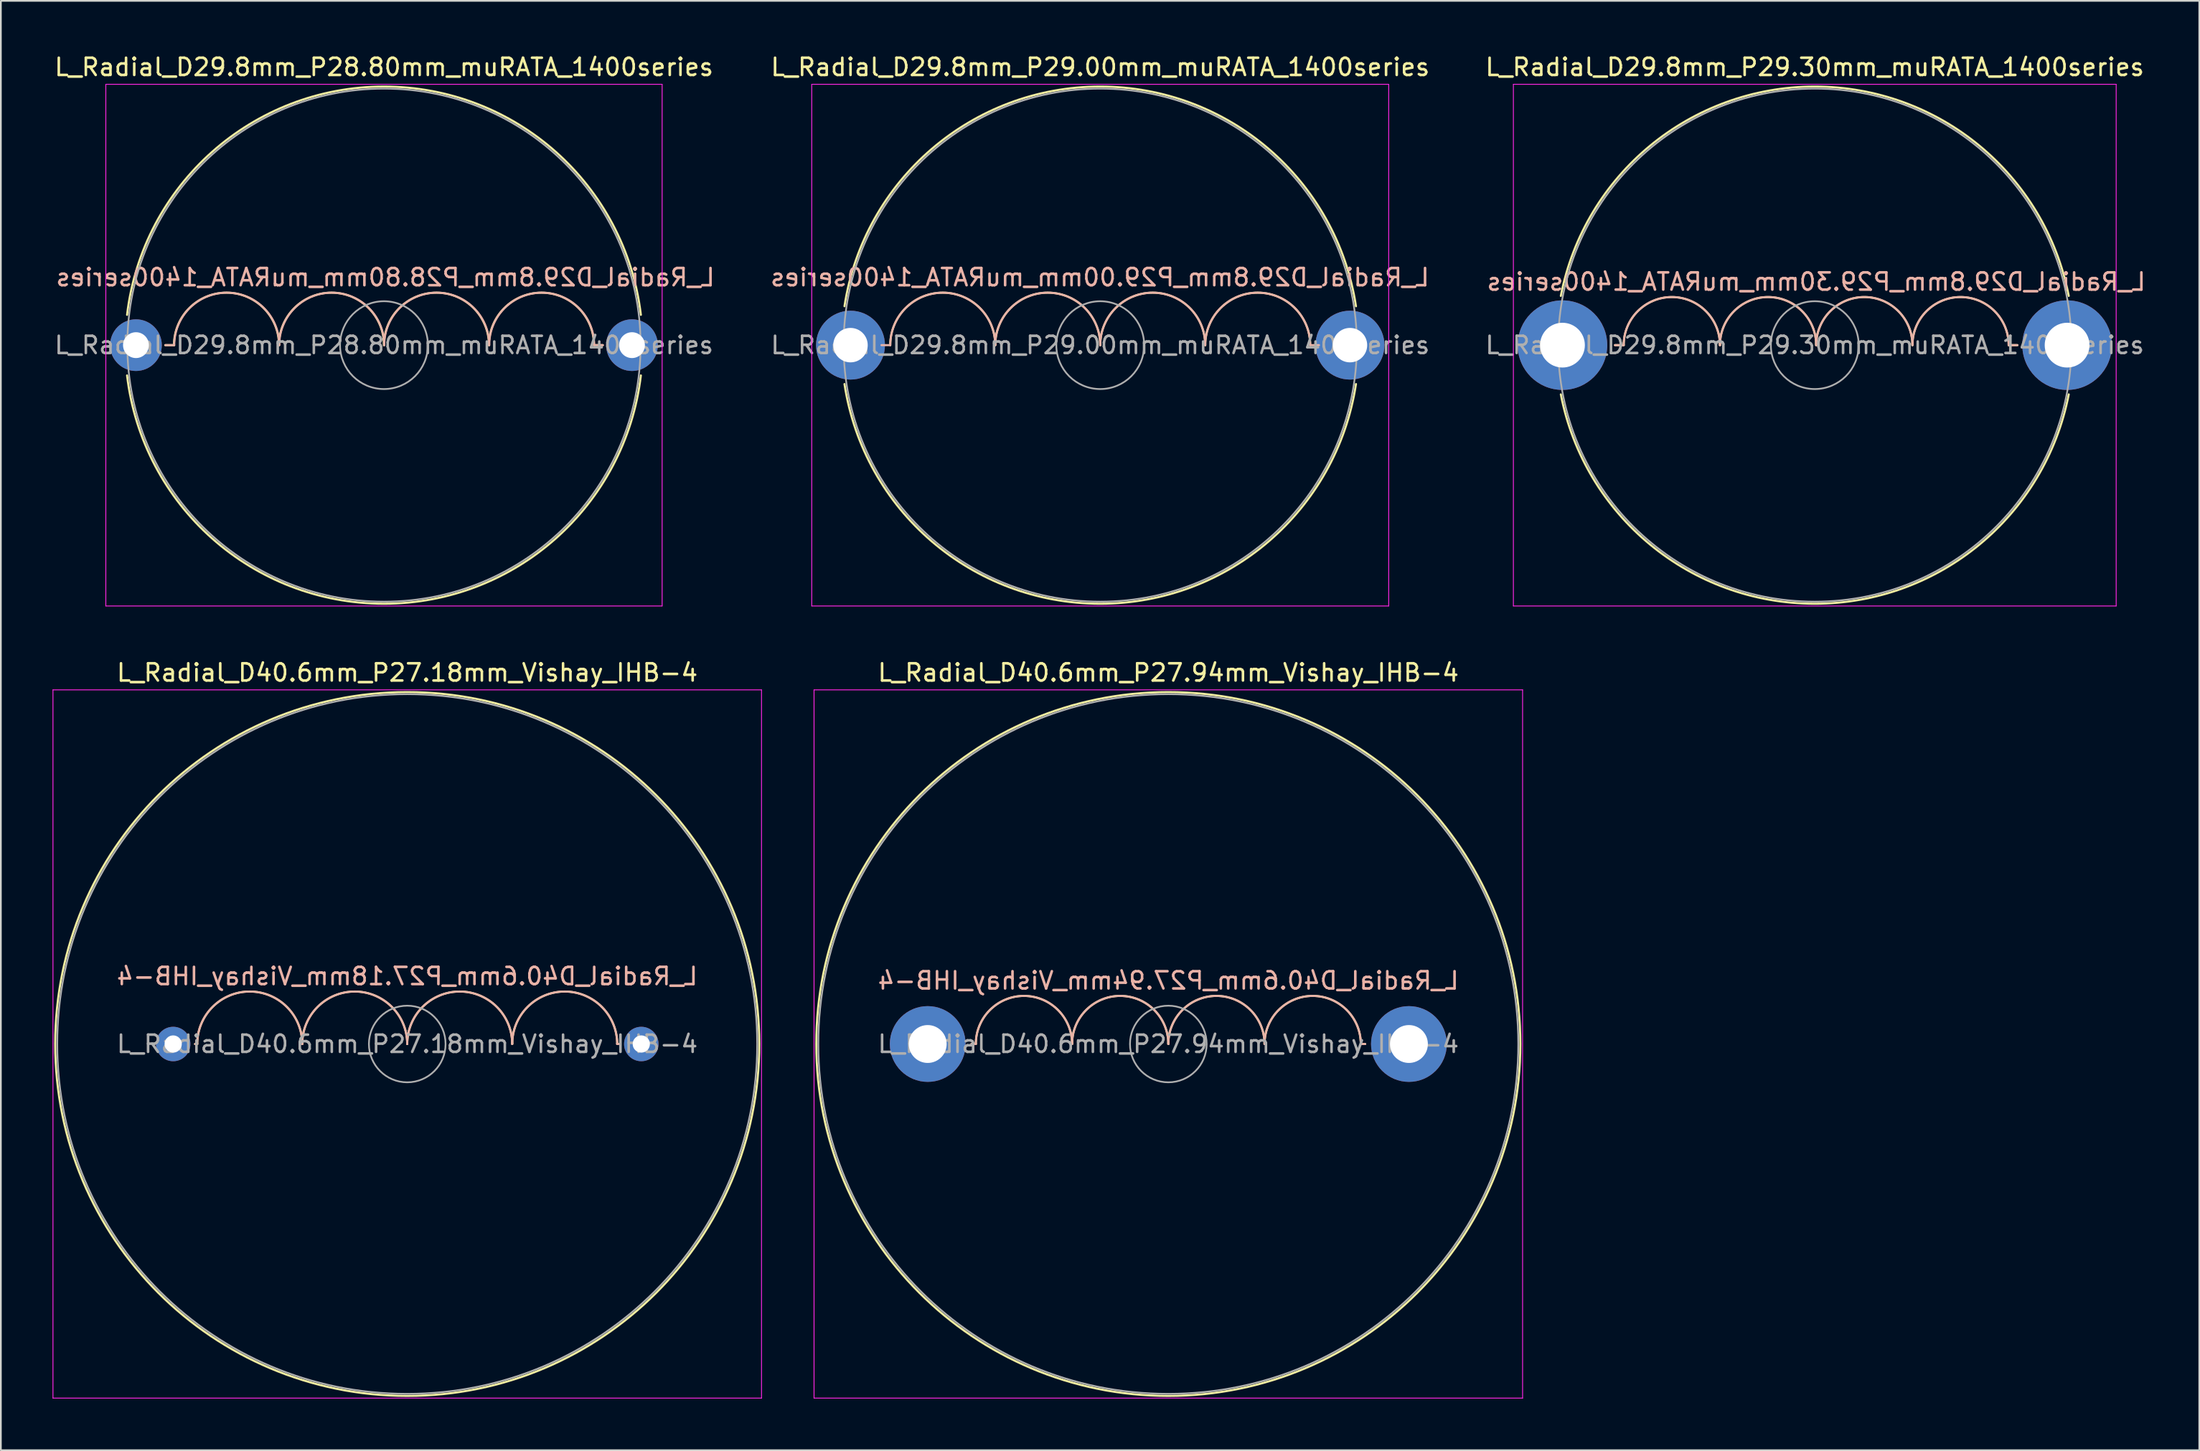
<source format=kicad_pcb>
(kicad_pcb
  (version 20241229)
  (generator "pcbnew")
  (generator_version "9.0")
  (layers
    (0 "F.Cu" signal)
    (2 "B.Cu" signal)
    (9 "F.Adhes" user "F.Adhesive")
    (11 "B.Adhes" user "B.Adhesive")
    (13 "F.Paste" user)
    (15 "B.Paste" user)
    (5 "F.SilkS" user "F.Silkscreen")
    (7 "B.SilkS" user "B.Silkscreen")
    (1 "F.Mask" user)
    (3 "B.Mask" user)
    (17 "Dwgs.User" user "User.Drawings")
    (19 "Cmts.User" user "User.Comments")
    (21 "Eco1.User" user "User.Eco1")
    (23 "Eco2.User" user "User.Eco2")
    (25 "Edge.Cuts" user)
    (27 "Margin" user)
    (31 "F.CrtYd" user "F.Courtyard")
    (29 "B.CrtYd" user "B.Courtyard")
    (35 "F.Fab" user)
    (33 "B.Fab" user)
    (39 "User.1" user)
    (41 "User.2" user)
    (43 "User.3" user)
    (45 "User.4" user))
  (footprint "L_Radial_D40.6mm_P27.94mm_Vishay_IHB-4"
    (layer "F.Cu")
    (at 50.815 57.592)
    (property "Reference" "L_Radial_D40.6mm_P27.94mm_Vishay_IHB-4" (at 13.97 -21.57 0) (layer "F.SilkS") (effects (font (size 1 1) (thickness 0.15))))
    (fp_line (start 2.794 0) (end 2.54 0) (stroke (width 0.12) (type solid)) (layer "F.SilkS"))
    (fp_line (start 25.146 0) (end 25.4 0) (stroke (width 0.12) (type solid)) (layer "F.SilkS"))
    (fp_arc (start 2.794 0) (mid 5.588 -2.794) (end 8.382 0) (stroke (width 0.12) (type solid)) (layer "F.SilkS"))
    (fp_arc (start 8.382 0) (mid 11.176 -2.794) (end 13.97 0) (stroke (width 0.12) (type solid)) (layer "F.SilkS"))
    (fp_arc (start 13.97 0) (mid 16.764 -2.794) (end 19.558 0) (stroke (width 0.12) (type solid)) (layer "F.SilkS"))
    (fp_arc (start 19.558 0) (mid 22.352 -2.794) (end 25.146 0) (stroke (width 0.12) (type solid)) (layer "F.SilkS"))
    (fp_circle (center 13.97 0) (end 34.41 0) (stroke (width 0.12) (type solid)) (fill no) (layer "F.SilkS"))
    (fp_line (start 2.794 0) (end 2.54 0) (stroke (width 0.12) (type solid)) (layer "B.SilkS"))
    (fp_line (start 25.146 0) (end 25.4 0) (stroke (width 0.12) (type solid)) (layer "B.SilkS"))
    (fp_arc (start 2.794 0) (mid 5.588 -2.794) (end 8.382 0) (stroke (width 0.12) (type solid)) (layer "B.SilkS"))
    (fp_arc (start 8.382 0) (mid 11.176 -2.794) (end 13.97 0) (stroke (width 0.12) (type solid)) (layer "B.SilkS"))
    (fp_arc (start 13.97 0) (mid 16.764 -2.794) (end 19.558 0) (stroke (width 0.12) (type solid)) (layer "B.SilkS"))
    (fp_arc (start 19.558 0) (mid 22.352 -2.794) (end 25.146 0) (stroke (width 0.12) (type solid)) (layer "B.SilkS"))
    (fp_line (start -6.6 -20.57) (end -6.6 20.57) (stroke (width 0.05) (type solid)) (layer "F.CrtYd"))
    (fp_line (start -6.6 20.57) (end 34.54 20.57) (stroke (width 0.05) (type solid)) (layer "F.CrtYd"))
    (fp_line (start 34.54 -20.57) (end -6.6 -20.57) (stroke (width 0.05) (type solid)) (layer "F.CrtYd"))
    (fp_line (start 34.54 20.57) (end 34.54 -20.57) (stroke (width 0.05) (type solid)) (layer "F.CrtYd"))
    (fp_circle (center 13.97 0) (end 16.195 0) (stroke (width 0.1) (type solid)) (fill no) (layer "F.Fab"))
    (fp_circle (center 13.97 0) (end 34.29 0) (stroke (width 0.1) (type solid)) (fill no) (layer "F.Fab"))
    (fp_text user "${REFERENCE}" (at 13.97 -3.683 0) (layer "B.SilkS") (effects (font (size 1 1) (thickness 0.15)) (justify mirror)))
    (fp_text user "${REFERENCE}" (at 13.97 0 0) (layer "F.Fab") (effects (font (size 1 1) (thickness 0.15))))
    (pad "1" thru_hole circle (at 0 0) (size 4.4 4.4) (drill 2.2) (layers "*.Cu" "*.Mask"))
    (pad "2" thru_hole circle (at 27.94 0) (size 4.4 4.4) (drill 2.2) (layers "*.Cu" "*.Mask")))
  (footprint "L_Radial_D29.8mm_P29.00mm_muRATA_1400series"
    (layer "F.Cu")
    (at 46.332 16.998)
    (property "Reference" "L_Radial_D29.8mm_P29.00mm_muRATA_1400series" (at 14.5 -16.15 0) (layer "F.SilkS") (effects (font (size 1 1) (thickness 0.15))))
    (fp_arc (start -0.349 -2.26) (mid 14.5 -15.02) (end 29.349 -2.26) (stroke (width 0.12) (type solid)) (layer "F.SilkS"))
    (fp_arc (start 2.308 0) (mid 5.356 -3.048) (end 8.404 0) (stroke (width 0.12) (type solid)) (layer "F.SilkS"))
    (fp_arc (start 8.404 0) (mid 11.452 -3.048) (end 14.5 0) (stroke (width 0.12) (type solid)) (layer "F.SilkS"))
    (fp_arc (start 14.5 0) (mid 17.548 -3.048) (end 20.596 0) (stroke (width 0.12) (type solid)) (layer "F.SilkS"))
    (fp_arc (start 20.596 0) (mid 23.644 -3.048) (end 26.692 0) (stroke (width 0.12) (type solid)) (layer "F.SilkS"))
    (fp_arc (start 29.349 2.26) (mid 14.5 15.02) (end -0.349 2.26) (stroke (width 0.12) (type solid)) (layer "F.SilkS"))
    (fp_line (start 2.308 0) (end 1.8 0) (stroke (width 0.12) (type solid)) (layer "B.SilkS"))
    (fp_line (start 26.692 0) (end 27.2 0) (stroke (width 0.12) (type solid)) (layer "B.SilkS"))
    (fp_arc (start 2.308 0) (mid 5.356 -3.048) (end 8.404 0) (stroke (width 0.12) (type solid)) (layer "B.SilkS"))
    (fp_arc (start 8.404 0) (mid 11.452 -3.048) (end 14.5 0) (stroke (width 0.12) (type solid)) (layer "B.SilkS"))
    (fp_arc (start 14.5 0) (mid 17.548 -3.048) (end 20.596 0) (stroke (width 0.12) (type solid)) (layer "B.SilkS"))
    (fp_arc (start 20.596 0) (mid 23.644 -3.048) (end 26.692 0) (stroke (width 0.12) (type solid)) (layer "B.SilkS"))
    (fp_line (start -2.25 -15.15) (end -2.25 15.15) (stroke (width 0.05) (type solid)) (layer "F.CrtYd"))
    (fp_line (start -2.25 15.15) (end 31.25 15.15) (stroke (width 0.05) (type solid)) (layer "F.CrtYd"))
    (fp_line (start 31.25 -15.15) (end -2.25 -15.15) (stroke (width 0.05) (type solid)) (layer "F.CrtYd"))
    (fp_line (start 31.25 15.15) (end 31.25 -15.15) (stroke (width 0.05) (type solid)) (layer "F.CrtYd"))
    (fp_circle (center 14.5 0) (end 17.05 0) (stroke (width 0.1) (type solid)) (fill no) (layer "F.Fab"))
    (fp_circle (center 14.5 0) (end 29.4 0) (stroke (width 0.1) (type solid)) (fill no) (layer "F.Fab"))
    (fp_text user "${REFERENCE}" (at 14.478 -3.937 0) (layer "B.SilkS") (effects (font (size 1 1) (thickness 0.15)) (justify mirror)))
    (fp_text user "${REFERENCE}" (at 14.5 0 0) (layer "F.Fab") (effects (font (size 1 1) (thickness 0.15))))
    (pad "1" thru_hole circle (at 0 0) (size 4 4) (drill 2) (layers "*.Cu" "*.Mask"))
    (pad "2" thru_hole circle (at 29 0) (size 4 4) (drill 2) (layers "*.Cu" "*.Mask")))
  (footprint "L_Radial_D40.6mm_P27.18mm_Vishay_IHB-4"
    (layer "F.Cu")
    (at 7.005 57.592)
    (property "Reference" "L_Radial_D40.6mm_P27.18mm_Vishay_IHB-4" (at 13.59 -21.57 0) (layer "F.SilkS") (effects (font (size 1 1) (thickness 0.15))))
    (fp_line (start 1.398 0) (end 1.27 0) (stroke (width 0.12) (type solid)) (layer "F.SilkS"))
    (fp_line (start 25.782 0) (end 25.908 0) (stroke (width 0.12) (type solid)) (layer "F.SilkS"))
    (fp_arc (start 1.398 0) (mid 4.446 -3.048) (end 7.494 0) (stroke (width 0.12) (type solid)) (layer "F.SilkS"))
    (fp_arc (start 7.494 0) (mid 10.542 -3.048) (end 13.59 0) (stroke (width 0.12) (type solid)) (layer "F.SilkS"))
    (fp_arc (start 13.59 0) (mid 16.638 -3.048) (end 19.686 0) (stroke (width 0.12) (type solid)) (layer "F.SilkS"))
    (fp_arc (start 19.686 0) (mid 22.734 -3.048) (end 25.782 0) (stroke (width 0.12) (type solid)) (layer "F.SilkS"))
    (fp_circle (center 13.59 0) (end 34.03 0) (stroke (width 0.12) (type solid)) (fill no) (layer "F.SilkS"))
    (fp_line (start 1.396 0) (end 1.27 0) (stroke (width 0.12) (type solid)) (layer "B.SilkS"))
    (fp_line (start 25.78 0) (end 25.908 0) (stroke (width 0.12) (type solid)) (layer "B.SilkS"))
    (fp_arc (start 1.396 0) (mid 4.444 -3.048) (end 7.492 0) (stroke (width 0.12) (type solid)) (layer "B.SilkS"))
    (fp_arc (start 7.492 0) (mid 10.54 -3.048) (end 13.588 0) (stroke (width 0.12) (type solid)) (layer "B.SilkS"))
    (fp_arc (start 13.588 0) (mid 16.636 -3.048) (end 19.684 0) (stroke (width 0.12) (type solid)) (layer "B.SilkS"))
    (fp_arc (start 19.684 0) (mid 22.732 -3.048) (end 25.78 0) (stroke (width 0.12) (type solid)) (layer "B.SilkS"))
    (fp_line (start -6.98 -20.57) (end -6.98 20.57) (stroke (width 0.05) (type solid)) (layer "F.CrtYd"))
    (fp_line (start -6.98 20.57) (end 34.16 20.57) (stroke (width 0.05) (type solid)) (layer "F.CrtYd"))
    (fp_line (start 34.16 -20.57) (end -6.98 -20.57) (stroke (width 0.05) (type solid)) (layer "F.CrtYd"))
    (fp_line (start 34.16 20.57) (end 34.16 -20.57) (stroke (width 0.05) (type solid)) (layer "F.CrtYd"))
    (fp_circle (center 13.59 0) (end 15.815 0) (stroke (width 0.1) (type solid)) (fill no) (layer "F.Fab"))
    (fp_circle (center 13.59 0) (end 33.91 0) (stroke (width 0.1) (type solid)) (fill no) (layer "F.Fab"))
    (fp_text user "${REFERENCE}" (at 13.589 -3.937 0) (layer "B.SilkS") (effects (font (size 1 1) (thickness 0.15)) (justify mirror)))
    (fp_text user "${REFERENCE}" (at 13.59 0 0) (layer "F.Fab") (effects (font (size 1 1) (thickness 0.15))))
    (pad "1" thru_hole circle (at 0 0) (size 2 2) (drill 1) (layers "*.Cu" "*.Mask"))
    (pad "2" thru_hole circle (at 27.18 0) (size 2 2) (drill 1) (layers "*.Cu" "*.Mask")))
  (footprint "L_Radial_D29.8mm_P29.30mm_muRATA_1400series"
    (layer "F.Cu")
    (at 87.67 16.998)
    (property "Reference" "L_Radial_D29.8mm_P29.30mm_muRATA_1400series" (at 14.65 -16.15 0) (layer "F.SilkS") (effects (font (size 1 1) (thickness 0.15))))
    (fp_line (start 3.556 0) (end 3.048 0) (stroke (width 0.12) (type solid)) (layer "F.SilkS"))
    (fp_line (start 25.908 0) (end 26.416 0) (stroke (width 0.12) (type solid)) (layer "F.SilkS"))
    (fp_arc (start -0.095196 -2.86) (mid 14.65 -15.02) (end 29.395196 -2.86) (stroke (width 0.12) (type solid)) (layer "F.SilkS"))
    (fp_arc (start 3.556 0) (mid 6.35 -2.794) (end 9.144 0) (stroke (width 0.12) (type solid)) (layer "F.SilkS"))
    (fp_arc (start 9.144 0) (mid 11.938 -2.794) (end 14.732 0) (stroke (width 0.12) (type solid)) (layer "F.SilkS"))
    (fp_arc (start 14.732 0) (mid 17.526 -2.794) (end 20.32 0) (stroke (width 0.12) (type solid)) (layer "F.SilkS"))
    (fp_arc (start 20.32 0) (mid 23.114 -2.794) (end 25.908 0) (stroke (width 0.12) (type solid)) (layer "F.SilkS"))
    (fp_arc (start 29.395196 2.86) (mid 14.65 15.02) (end -0.095196 2.86) (stroke (width 0.12) (type solid)) (layer "F.SilkS"))
    (fp_line (start 3.556 0) (end 3.048 0) (stroke (width 0.12) (type solid)) (layer "B.SilkS"))
    (fp_line (start 25.908 0) (end 26.416 0) (stroke (width 0.12) (type solid)) (layer "B.SilkS"))
    (fp_arc (start 3.556 0) (mid 6.35 -2.794) (end 9.144 0) (stroke (width 0.12) (type solid)) (layer "B.SilkS"))
    (fp_arc (start 9.144 0) (mid 11.938 -2.794) (end 14.732 0) (stroke (width 0.12) (type solid)) (layer "B.SilkS"))
    (fp_arc (start 14.732 0) (mid 17.526 -2.794) (end 20.32 0) (stroke (width 0.12) (type solid)) (layer "B.SilkS"))
    (fp_arc (start 20.32 0) (mid 23.114 -2.794) (end 25.908 0) (stroke (width 0.12) (type solid)) (layer "B.SilkS"))
    (fp_line (start -2.85 -15.15) (end -2.85 15.15) (stroke (width 0.05) (type solid)) (layer "F.CrtYd"))
    (fp_line (start -2.85 15.15) (end 32.15 15.15) (stroke (width 0.05) (type solid)) (layer "F.CrtYd"))
    (fp_line (start 32.15 -15.15) (end -2.85 -15.15) (stroke (width 0.05) (type solid)) (layer "F.CrtYd"))
    (fp_line (start 32.15 15.15) (end 32.15 -15.15) (stroke (width 0.05) (type solid)) (layer "F.CrtYd"))
    (fp_circle (center 14.65 0) (end 17.2 0) (stroke (width 0.1) (type solid)) (fill no) (layer "F.Fab"))
    (fp_circle (center 14.65 0) (end 29.55 0) (stroke (width 0.1) (type solid)) (fill no) (layer "F.Fab"))
    (fp_text user "${REFERENCE}" (at 14.732 -3.683 0) (layer "B.SilkS") (effects (font (size 1 1) (thickness 0.15)) (justify mirror)))
    (fp_text user "${REFERENCE}" (at 14.65 0 0) (layer "F.Fab") (effects (font (size 1 1) (thickness 0.15))))
    (pad "1" thru_hole circle (at 0 0) (size 5.2 5.2) (drill 2.6) (layers "*.Cu" "*.Mask"))
    (pad "2" thru_hole circle (at 29.3 0) (size 5.2 5.2) (drill 2.6) (layers "*.Cu" "*.Mask")))
  (footprint "L_Radial_D29.8mm_P28.80mm_muRATA_1400series"
    (layer "F.Cu")
    (at 4.844 16.998)
    (property "Reference" "L_Radial_D29.8mm_P28.80mm_muRATA_1400series" (at 14.4 -16.15 0) (layer "F.SilkS") (effects (font (size 1 1) (thickness 0.15))))
    (fp_line (start 2.208 0) (end 1.7 0) (stroke (width 0.12) (type solid)) (layer "F.SilkS"))
    (fp_line (start 26.592 0) (end 27.1 0) (stroke (width 0.12) (type solid)) (layer "F.SilkS"))
    (fp_arc (start -0.516528 -1.76) (mid 14.4 -15.02) (end 29.316528 -1.76) (stroke (width 0.12) (type solid)) (layer "F.SilkS"))
    (fp_arc (start 2.208 0) (mid 5.256 -3.048) (end 8.304 0) (stroke (width 0.12) (type solid)) (layer "F.SilkS"))
    (fp_arc (start 8.304 0) (mid 11.352 -3.048) (end 14.4 0) (stroke (width 0.12) (type solid)) (layer "F.SilkS"))
    (fp_arc (start 14.4 0) (mid 17.448 -3.048) (end 20.496 0) (stroke (width 0.12) (type solid)) (layer "F.SilkS"))
    (fp_arc (start 20.496 0) (mid 23.544 -3.048) (end 26.592 0) (stroke (width 0.12) (type solid)) (layer "F.SilkS"))
    (fp_arc (start 29.316528 1.76) (mid 14.4 15.02) (end -0.516528 1.76) (stroke (width 0.12) (type solid)) (layer "F.SilkS"))
    (fp_line (start 2.223 0) (end 1.714 0) (stroke (width 0.12) (type solid)) (layer "B.SilkS"))
    (fp_line (start 26.607 0) (end 27.114 0) (stroke (width 0.12) (type solid)) (layer "B.SilkS"))
    (fp_arc (start 2.2225 0) (mid 5.2705 -3.048) (end 8.3185 0) (stroke (width 0.12) (type solid)) (layer "B.SilkS"))
    (fp_arc (start 8.3185 0) (mid 11.3665 -3.048) (end 14.4145 0) (stroke (width 0.12) (type solid)) (layer "B.SilkS"))
    (fp_arc (start 14.4145 0) (mid 17.4625 -3.048) (end 20.5105 0) (stroke (width 0.12) (type solid)) (layer "B.SilkS"))
    (fp_arc (start 20.5105 0) (mid 23.5585 -3.048) (end 26.6065 0) (stroke (width 0.12) (type solid)) (layer "B.SilkS"))
    (fp_line (start -1.75 -15.15) (end -1.75 15.15) (stroke (width 0.05) (type solid)) (layer "F.CrtYd"))
    (fp_line (start -1.75 15.15) (end 30.55 15.15) (stroke (width 0.05) (type solid)) (layer "F.CrtYd"))
    (fp_line (start 30.55 -15.15) (end -1.75 -15.15) (stroke (width 0.05) (type solid)) (layer "F.CrtYd"))
    (fp_line (start 30.55 15.15) (end 30.55 -15.15) (stroke (width 0.05) (type solid)) (layer "F.CrtYd"))
    (fp_circle (center 14.4 0) (end 16.95 0) (stroke (width 0.1) (type solid)) (fill no) (layer "F.Fab"))
    (fp_circle (center 14.4 0) (end 29.3 0) (stroke (width 0.1) (type solid)) (fill no) (layer "F.Fab"))
    (fp_text user "${REFERENCE}" (at 14.478 -3.937 0) (layer "B.SilkS") (effects (font (size 1 1) (thickness 0.15)) (justify mirror)))
    (fp_text user "${REFERENCE}" (at 14.4 0 0) (layer "F.Fab") (effects (font (size 1 1) (thickness 0.15))))
    (pad "1" thru_hole circle (at 0 0) (size 3 3) (drill 1.5) (layers "*.Cu" "*.Mask"))
    (pad "2" thru_hole circle (at 28.8 0) (size 3 3) (drill 1.5) (layers "*.Cu" "*.Mask")))
  (gr_rect
    (start -3 -3)
    (end 124.646 81.186)
    (stroke (width 0.1) (type default))
    (fill no)
    (layer "Edge.Cuts")))
</source>
